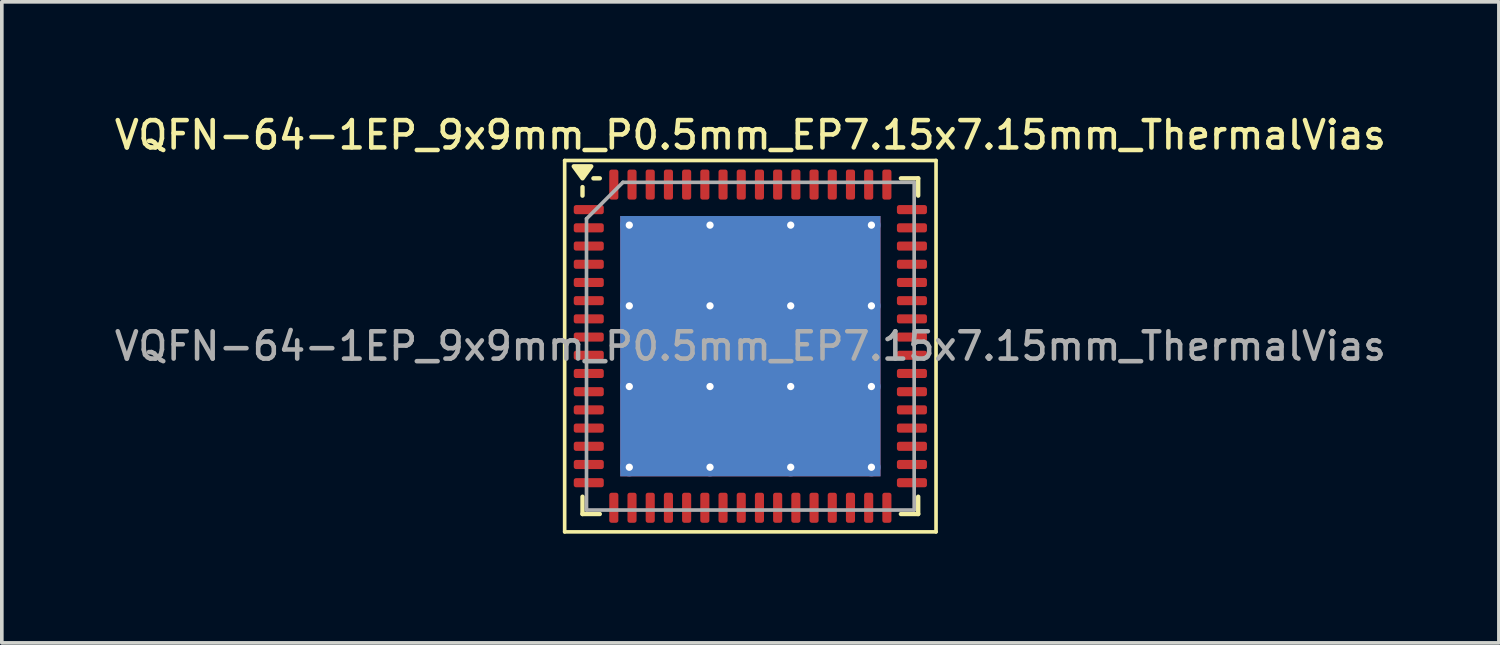
<source format=kicad_pcb>
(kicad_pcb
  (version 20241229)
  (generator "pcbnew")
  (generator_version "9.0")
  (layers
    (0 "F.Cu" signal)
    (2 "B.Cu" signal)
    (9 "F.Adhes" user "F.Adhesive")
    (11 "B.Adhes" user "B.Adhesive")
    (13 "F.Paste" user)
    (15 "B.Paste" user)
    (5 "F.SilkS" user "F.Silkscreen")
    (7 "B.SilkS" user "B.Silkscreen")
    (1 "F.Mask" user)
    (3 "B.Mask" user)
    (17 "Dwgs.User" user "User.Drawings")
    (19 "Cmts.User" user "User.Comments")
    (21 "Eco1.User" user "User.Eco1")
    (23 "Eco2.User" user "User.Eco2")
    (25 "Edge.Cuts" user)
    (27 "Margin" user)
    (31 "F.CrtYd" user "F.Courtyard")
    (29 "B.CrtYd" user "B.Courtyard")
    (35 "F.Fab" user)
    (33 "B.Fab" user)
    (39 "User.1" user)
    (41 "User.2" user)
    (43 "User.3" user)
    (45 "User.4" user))
  (footprint "VQFN-64-1EP_9x9mm_P0.5mm_EP7.15x7.15mm_ThermalVias"
    (layer "F.Cu")
    (at 17.559 6.458)
    (property "Reference" "VQFN-64-1EP_9x9mm_P0.5mm_EP7.15x7.15mm_ThermalVias" (at 0 -5.8 0) (layer "F.SilkS") (effects (font (size 0.75 0.75) (thickness 0.125))))
    (attr smd)
    (fp_line (start -5.1 -5.1) (end -5.1 5.1) (stroke (width 0.1) (type solid)) (layer "F.SilkS"))
    (fp_line (start -5.1 5.1) (end 5.1 5.1) (stroke (width 0.1) (type solid)) (layer "F.SilkS"))
    (fp_line (start -4.61 -4.135) (end -4.61 -4.37) (stroke (width 0.12) (type solid)) (layer "F.SilkS"))
    (fp_line (start -4.61 4.61) (end -4.61 4.135) (stroke (width 0.12) (type solid)) (layer "F.SilkS"))
    (fp_line (start -4.135 -4.61) (end -4.31 -4.61) (stroke (width 0.12) (type solid)) (layer "F.SilkS"))
    (fp_line (start -4.135 4.61) (end -4.61 4.61) (stroke (width 0.12) (type solid)) (layer "F.SilkS"))
    (fp_line (start 4.135 -4.61) (end 4.61 -4.61) (stroke (width 0.12) (type solid)) (layer "F.SilkS"))
    (fp_line (start 4.135 4.61) (end 4.61 4.61) (stroke (width 0.12) (type solid)) (layer "F.SilkS"))
    (fp_line (start 4.61 -4.61) (end 4.61 -4.135) (stroke (width 0.12) (type solid)) (layer "F.SilkS"))
    (fp_line (start 4.61 4.61) (end 4.61 4.135) (stroke (width 0.12) (type solid)) (layer "F.SilkS"))
    (fp_line (start 5.1 -5.1) (end -5.1 -5.1) (stroke (width 0.1) (type solid)) (layer "F.SilkS"))
    (fp_line (start 5.1 5.1) (end 5.1 -5.1) (stroke (width 0.1) (type solid)) (layer "F.SilkS"))
    (fp_poly (pts (xy -4.61 -4.61) (xy -4.85 -4.94) (xy -4.37 -4.94) (xy -4.61 -4.61)) (stroke (width 0.12) (type solid)) (fill yes) (layer "F.SilkS"))
    (fp_line (start -4.5 -3.5) (end -3.5 -4.5) (stroke (width 0.1) (type solid)) (layer "F.Fab"))
    (fp_line (start -4.5 4.5) (end -4.5 -3.5) (stroke (width 0.1) (type solid)) (layer "F.Fab"))
    (fp_line (start -3.5 -4.5) (end 4.5 -4.5) (stroke (width 0.1) (type solid)) (layer "F.Fab"))
    (fp_line (start 4.5 -4.5) (end 4.5 4.5) (stroke (width 0.1) (type solid)) (layer "F.Fab"))
    (fp_line (start 4.5 4.5) (end -4.5 4.5) (stroke (width 0.1) (type solid)) (layer "F.Fab"))
    (fp_text user "${REFERENCE}" (at 0 0 0) (layer "F.Fab") (effects (font (size 0.75 0.75) (thickness 0.125))))
    (pad "" smd roundrect (at -2.38 -2.38) (size 1.92 1.92) (layers "F.Paste") (roundrect_rratio 0.13))
    (pad "" smd roundrect (at -2.38 0) (size 1.92 1.92) (layers "F.Paste") (roundrect_rratio 0.13))
    (pad "" smd roundrect (at -2.38 2.38) (size 1.92 1.92) (layers "F.Paste") (roundrect_rratio 0.13))
    (pad "" smd roundrect (at 0 -2.38) (size 1.92 1.92) (layers "F.Paste") (roundrect_rratio 0.13))
    (pad "" smd roundrect (at 0 0) (size 1.92 1.92) (layers "F.Paste") (roundrect_rratio 0.13))
    (pad "" smd roundrect (at 0 2.38) (size 1.92 1.92) (layers "F.Paste") (roundrect_rratio 0.13))
    (pad "" smd roundrect (at 2.38 -2.38) (size 1.92 1.92) (layers "F.Paste") (roundrect_rratio 0.13))
    (pad "" smd roundrect (at 2.38 0) (size 1.92 1.92) (layers "F.Paste") (roundrect_rratio 0.13))
    (pad "" smd roundrect (at 2.38 2.38) (size 1.92 1.92) (layers "F.Paste") (roundrect_rratio 0.13))
    (pad "1" smd roundrect (at -4.438 -3.75) (size 0.825 0.25) (layers "F.Cu" "F.Mask" "F.Paste") (roundrect_rratio 0.25))
    (pad "2" smd roundrect (at -4.438 -3.25) (size 0.825 0.25) (layers "F.Cu" "F.Mask" "F.Paste") (roundrect_rratio 0.25))
    (pad "3" smd roundrect (at -4.438 -2.75) (size 0.825 0.25) (layers "F.Cu" "F.Mask" "F.Paste") (roundrect_rratio 0.25))
    (pad "4" smd roundrect (at -4.438 -2.25) (size 0.825 0.25) (layers "F.Cu" "F.Mask" "F.Paste") (roundrect_rratio 0.25))
    (pad "5" smd roundrect (at -4.438 -1.75) (size 0.825 0.25) (layers "F.Cu" "F.Mask" "F.Paste") (roundrect_rratio 0.25))
    (pad "6" smd roundrect (at -4.438 -1.25) (size 0.825 0.25) (layers "F.Cu" "F.Mask" "F.Paste") (roundrect_rratio 0.25))
    (pad "7" smd roundrect (at -4.438 -0.75) (size 0.825 0.25) (layers "F.Cu" "F.Mask" "F.Paste") (roundrect_rratio 0.25))
    (pad "8" smd roundrect (at -4.438 -0.25) (size 0.825 0.25) (layers "F.Cu" "F.Mask" "F.Paste") (roundrect_rratio 0.25))
    (pad "9" smd roundrect (at -4.438 0.25) (size 0.825 0.25) (layers "F.Cu" "F.Mask" "F.Paste") (roundrect_rratio 0.25))
    (pad "10" smd roundrect (at -4.438 0.75) (size 0.825 0.25) (layers "F.Cu" "F.Mask" "F.Paste") (roundrect_rratio 0.25))
    (pad "11" smd roundrect (at -4.438 1.25) (size 0.825 0.25) (layers "F.Cu" "F.Mask" "F.Paste") (roundrect_rratio 0.25))
    (pad "12" smd roundrect (at -4.438 1.75) (size 0.825 0.25) (layers "F.Cu" "F.Mask" "F.Paste") (roundrect_rratio 0.25))
    (pad "13" smd roundrect (at -4.438 2.25) (size 0.825 0.25) (layers "F.Cu" "F.Mask" "F.Paste") (roundrect_rratio 0.25))
    (pad "14" smd roundrect (at -4.438 2.75) (size 0.825 0.25) (layers "F.Cu" "F.Mask" "F.Paste") (roundrect_rratio 0.25))
    (pad "15" smd roundrect (at -4.438 3.25) (size 0.825 0.25) (layers "F.Cu" "F.Mask" "F.Paste") (roundrect_rratio 0.25))
    (pad "16" smd roundrect (at -4.438 3.75) (size 0.825 0.25) (layers "F.Cu" "F.Mask" "F.Paste") (roundrect_rratio 0.25))
    (pad "17" smd roundrect (at -3.75 4.438) (size 0.25 0.825) (layers "F.Cu" "F.Mask" "F.Paste") (roundrect_rratio 0.25))
    (pad "18" smd roundrect (at -3.25 4.438) (size 0.25 0.825) (layers "F.Cu" "F.Mask" "F.Paste") (roundrect_rratio 0.25))
    (pad "19" smd roundrect (at -2.75 4.438) (size 0.25 0.825) (layers "F.Cu" "F.Mask" "F.Paste") (roundrect_rratio 0.25))
    (pad "20" smd roundrect (at -2.25 4.438) (size 0.25 0.825) (layers "F.Cu" "F.Mask" "F.Paste") (roundrect_rratio 0.25))
    (pad "21" smd roundrect (at -1.75 4.438) (size 0.25 0.825) (layers "F.Cu" "F.Mask" "F.Paste") (roundrect_rratio 0.25))
    (pad "22" smd roundrect (at -1.25 4.438) (size 0.25 0.825) (layers "F.Cu" "F.Mask" "F.Paste") (roundrect_rratio 0.25))
    (pad "23" smd roundrect (at -0.75 4.438) (size 0.25 0.825) (layers "F.Cu" "F.Mask" "F.Paste") (roundrect_rratio 0.25))
    (pad "24" smd roundrect (at -0.25 4.438) (size 0.25 0.825) (layers "F.Cu" "F.Mask" "F.Paste") (roundrect_rratio 0.25))
    (pad "25" smd roundrect (at 0.25 4.438) (size 0.25 0.825) (layers "F.Cu" "F.Mask" "F.Paste") (roundrect_rratio 0.25))
    (pad "26" smd roundrect (at 0.75 4.438) (size 0.25 0.825) (layers "F.Cu" "F.Mask" "F.Paste") (roundrect_rratio 0.25))
    (pad "27" smd roundrect (at 1.25 4.438) (size 0.25 0.825) (layers "F.Cu" "F.Mask" "F.Paste") (roundrect_rratio 0.25))
    (pad "28" smd roundrect (at 1.75 4.438) (size 0.25 0.825) (layers "F.Cu" "F.Mask" "F.Paste") (roundrect_rratio 0.25))
    (pad "29" smd roundrect (at 2.25 4.438) (size 0.25 0.825) (layers "F.Cu" "F.Mask" "F.Paste") (roundrect_rratio 0.25))
    (pad "30" smd roundrect (at 2.75 4.438) (size 0.25 0.825) (layers "F.Cu" "F.Mask" "F.Paste") (roundrect_rratio 0.25))
    (pad "31" smd roundrect (at 3.25 4.438) (size 0.25 0.825) (layers "F.Cu" "F.Mask" "F.Paste") (roundrect_rratio 0.25))
    (pad "32" smd roundrect (at 3.75 4.438) (size 0.25 0.825) (layers "F.Cu" "F.Mask" "F.Paste") (roundrect_rratio 0.25))
    (pad "33" smd roundrect (at 4.438 3.75) (size 0.825 0.25) (layers "F.Cu" "F.Mask" "F.Paste") (roundrect_rratio 0.25))
    (pad "34" smd roundrect (at 4.438 3.25) (size 0.825 0.25) (layers "F.Cu" "F.Mask" "F.Paste") (roundrect_rratio 0.25))
    (pad "35" smd roundrect (at 4.438 2.75) (size 0.825 0.25) (layers "F.Cu" "F.Mask" "F.Paste") (roundrect_rratio 0.25))
    (pad "36" smd roundrect (at 4.438 2.25) (size 0.825 0.25) (layers "F.Cu" "F.Mask" "F.Paste") (roundrect_rratio 0.25))
    (pad "37" smd roundrect (at 4.438 1.75) (size 0.825 0.25) (layers "F.Cu" "F.Mask" "F.Paste") (roundrect_rratio 0.25))
    (pad "38" smd roundrect (at 4.438 1.25) (size 0.825 0.25) (layers "F.Cu" "F.Mask" "F.Paste") (roundrect_rratio 0.25))
    (pad "39" smd roundrect (at 4.438 0.75) (size 0.825 0.25) (layers "F.Cu" "F.Mask" "F.Paste") (roundrect_rratio 0.25))
    (pad "40" smd roundrect (at 4.438 0.25) (size 0.825 0.25) (layers "F.Cu" "F.Mask" "F.Paste") (roundrect_rratio 0.25))
    (pad "41" smd roundrect (at 4.438 -0.25) (size 0.825 0.25) (layers "F.Cu" "F.Mask" "F.Paste") (roundrect_rratio 0.25))
    (pad "42" smd roundrect (at 4.438 -0.75) (size 0.825 0.25) (layers "F.Cu" "F.Mask" "F.Paste") (roundrect_rratio 0.25))
    (pad "43" smd roundrect (at 4.438 -1.25) (size 0.825 0.25) (layers "F.Cu" "F.Mask" "F.Paste") (roundrect_rratio 0.25))
    (pad "44" smd roundrect (at 4.438 -1.75) (size 0.825 0.25) (layers "F.Cu" "F.Mask" "F.Paste") (roundrect_rratio 0.25))
    (pad "45" smd roundrect (at 4.438 -2.25) (size 0.825 0.25) (layers "F.Cu" "F.Mask" "F.Paste") (roundrect_rratio 0.25))
    (pad "46" smd roundrect (at 4.438 -2.75) (size 0.825 0.25) (layers "F.Cu" "F.Mask" "F.Paste") (roundrect_rratio 0.25))
    (pad "47" smd roundrect (at 4.438 -3.25) (size 0.825 0.25) (layers "F.Cu" "F.Mask" "F.Paste") (roundrect_rratio 0.25))
    (pad "48" smd roundrect (at 4.438 -3.75) (size 0.825 0.25) (layers "F.Cu" "F.Mask" "F.Paste") (roundrect_rratio 0.25))
    (pad "49" smd roundrect (at 3.75 -4.438) (size 0.25 0.825) (layers "F.Cu" "F.Mask" "F.Paste") (roundrect_rratio 0.25))
    (pad "50" smd roundrect (at 3.25 -4.438) (size 0.25 0.825) (layers "F.Cu" "F.Mask" "F.Paste") (roundrect_rratio 0.25))
    (pad "51" smd roundrect (at 2.75 -4.438) (size 0.25 0.825) (layers "F.Cu" "F.Mask" "F.Paste") (roundrect_rratio 0.25))
    (pad "52" smd roundrect (at 2.25 -4.438) (size 0.25 0.825) (layers "F.Cu" "F.Mask" "F.Paste") (roundrect_rratio 0.25))
    (pad "53" smd roundrect (at 1.75 -4.438) (size 0.25 0.825) (layers "F.Cu" "F.Mask" "F.Paste") (roundrect_rratio 0.25))
    (pad "54" smd roundrect (at 1.25 -4.438) (size 0.25 0.825) (layers "F.Cu" "F.Mask" "F.Paste") (roundrect_rratio 0.25))
    (pad "55" smd roundrect (at 0.75 -4.438) (size 0.25 0.825) (layers "F.Cu" "F.Mask" "F.Paste") (roundrect_rratio 0.25))
    (pad "56" smd roundrect (at 0.25 -4.438) (size 0.25 0.825) (layers "F.Cu" "F.Mask" "F.Paste") (roundrect_rratio 0.25))
    (pad "57" smd roundrect (at -0.25 -4.438) (size 0.25 0.825) (layers "F.Cu" "F.Mask" "F.Paste") (roundrect_rratio 0.25))
    (pad "58" smd roundrect (at -0.75 -4.438) (size 0.25 0.825) (layers "F.Cu" "F.Mask" "F.Paste") (roundrect_rratio 0.25))
    (pad "59" smd roundrect (at -1.25 -4.438) (size 0.25 0.825) (layers "F.Cu" "F.Mask" "F.Paste") (roundrect_rratio 0.25))
    (pad "60" smd roundrect (at -1.75 -4.438) (size 0.25 0.825) (layers "F.Cu" "F.Mask" "F.Paste") (roundrect_rratio 0.25))
    (pad "61" smd roundrect (at -2.25 -4.438) (size 0.25 0.825) (layers "F.Cu" "F.Mask" "F.Paste") (roundrect_rratio 0.25))
    (pad "62" smd roundrect (at -2.75 -4.438) (size 0.25 0.825) (layers "F.Cu" "F.Mask" "F.Paste") (roundrect_rratio 0.25))
    (pad "63" smd roundrect (at -3.25 -4.438) (size 0.25 0.825) (layers "F.Cu" "F.Mask" "F.Paste") (roundrect_rratio 0.25))
    (pad "64" smd roundrect (at -3.75 -4.438) (size 0.25 0.825) (layers "F.Cu" "F.Mask" "F.Paste") (roundrect_rratio 0.25))
    (pad "65" thru_hole circle (at -3.325 -3.325) (size 0.5 0.5) (drill 0.2) (property pad_prop_heatsink) (layers "*.Cu"))
    (pad "65" thru_hole circle (at -3.325 -1.108) (size 0.5 0.5) (drill 0.2) (property pad_prop_heatsink) (layers "*.Cu"))
    (pad "65" thru_hole circle (at -3.325 1.108) (size 0.5 0.5) (drill 0.2) (property pad_prop_heatsink) (layers "*.Cu"))
    (pad "65" thru_hole circle (at -3.325 3.325) (size 0.5 0.5) (drill 0.2) (property pad_prop_heatsink) (layers "*.Cu"))
    (pad "65" thru_hole circle (at -1.108 -3.325) (size 0.5 0.5) (drill 0.2) (property pad_prop_heatsink) (layers "*.Cu"))
    (pad "65" thru_hole circle (at -1.108 -1.108) (size 0.5 0.5) (drill 0.2) (property pad_prop_heatsink) (layers "*.Cu"))
    (pad "65" thru_hole circle (at -1.108 1.108) (size 0.5 0.5) (drill 0.2) (property pad_prop_heatsink) (layers "*.Cu"))
    (pad "65" thru_hole circle (at -1.108 3.325) (size 0.5 0.5) (drill 0.2) (property pad_prop_heatsink) (layers "*.Cu"))
    (pad "65" smd rect (at 0 0) (size 7.15 7.15) (property pad_prop_heatsink) (layers "F.Cu" "F.Mask"))
    (pad "65" smd rect (at 0 0) (size 7.15 7.15) (property pad_prop_heatsink) (layers "B.Cu"))
    (pad "65" thru_hole circle (at 1.108 -3.325) (size 0.5 0.5) (drill 0.2) (property pad_prop_heatsink) (layers "*.Cu"))
    (pad "65" thru_hole circle (at 1.108 -1.108) (size 0.5 0.5) (drill 0.2) (property pad_prop_heatsink) (layers "*.Cu"))
    (pad "65" thru_hole circle (at 1.108 1.108) (size 0.5 0.5) (drill 0.2) (property pad_prop_heatsink) (layers "*.Cu"))
    (pad "65" thru_hole circle (at 1.108 3.325) (size 0.5 0.5) (drill 0.2) (property pad_prop_heatsink) (layers "*.Cu"))
    (pad "65" thru_hole circle (at 3.325 -3.325) (size 0.5 0.5) (drill 0.2) (property pad_prop_heatsink) (layers "*.Cu"))
    (pad "65" thru_hole circle (at 3.325 -1.108) (size 0.5 0.5) (drill 0.2) (property pad_prop_heatsink) (layers "*.Cu"))
    (pad "65" thru_hole circle (at 3.325 1.108) (size 0.5 0.5) (drill 0.2) (property pad_prop_heatsink) (layers "*.Cu"))
    (pad "65" thru_hole circle (at 3.325 3.325) (size 0.5 0.5) (drill 0.2) (property pad_prop_heatsink) (layers "*.Cu")))
  (gr_rect
    (start -3 -3)
    (end 38.118 14.608)
    (stroke (width 0.1) (type default))
    (fill no)
    (layer "Edge.Cuts")))
</source>
